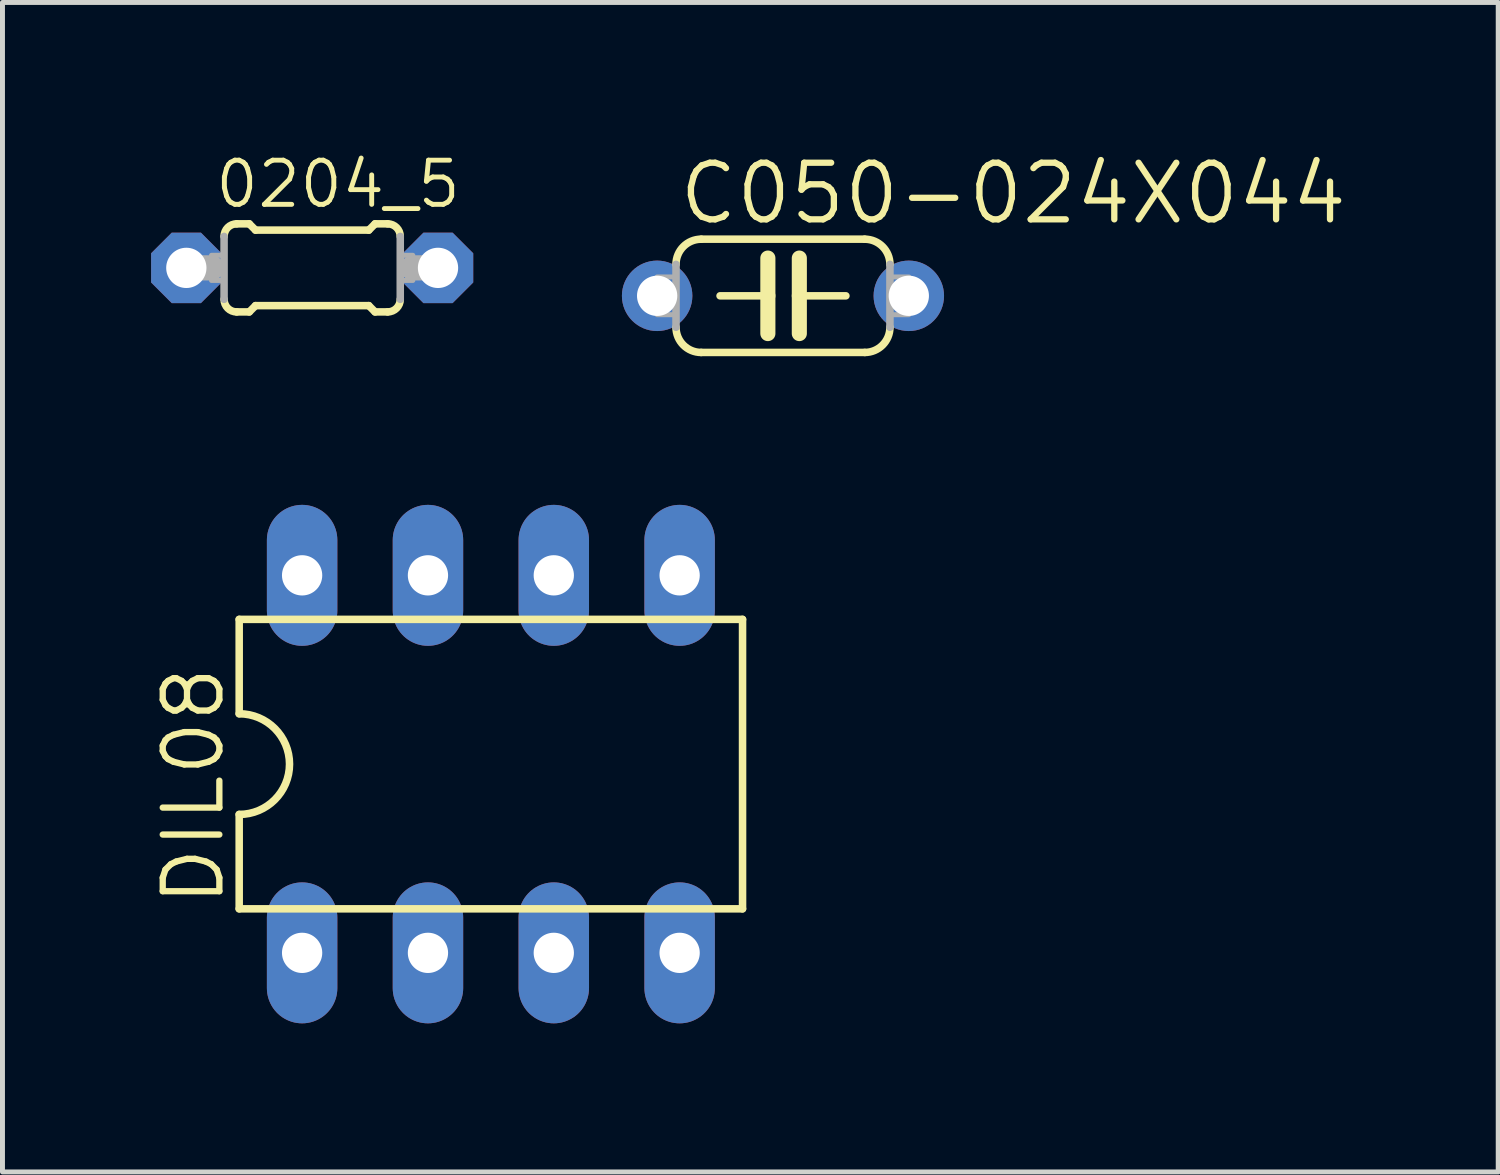
<source format=kicad_pcb>
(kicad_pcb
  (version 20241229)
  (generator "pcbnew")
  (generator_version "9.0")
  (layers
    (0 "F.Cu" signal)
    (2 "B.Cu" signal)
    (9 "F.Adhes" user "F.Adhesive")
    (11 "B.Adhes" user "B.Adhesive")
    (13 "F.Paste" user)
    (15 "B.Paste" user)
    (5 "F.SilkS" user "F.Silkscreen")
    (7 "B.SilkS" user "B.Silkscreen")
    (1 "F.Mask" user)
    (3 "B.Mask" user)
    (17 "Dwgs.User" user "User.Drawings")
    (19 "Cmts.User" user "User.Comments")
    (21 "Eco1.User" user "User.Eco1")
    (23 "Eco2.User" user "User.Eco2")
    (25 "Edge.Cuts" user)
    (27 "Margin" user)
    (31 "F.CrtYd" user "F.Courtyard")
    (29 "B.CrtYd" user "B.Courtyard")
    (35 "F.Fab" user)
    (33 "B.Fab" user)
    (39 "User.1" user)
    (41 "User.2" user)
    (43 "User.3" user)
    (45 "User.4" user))
  (footprint "C050-024X044"
    (layer "F.Cu")
    (at 12.754 2.921)
    (property "Reference" "C050-024X044" (at -2.159 -1.397 0) (layer "F.SilkS") (effects (font (size 1.143 1.143) (thickness 0.127)) (justify left bottom)))
    (fp_line (start -1.27 0) (end -0.305 0) (stroke (width 0.152) (type solid)) (layer "F.SilkS"))
    (fp_line (start -0.305 -0.762) (end -0.305 0) (stroke (width 0.305) (type solid)) (layer "F.SilkS"))
    (fp_line (start -0.305 0) (end -0.305 0.762) (stroke (width 0.305) (type solid)) (layer "F.SilkS"))
    (fp_line (start 0.33 -0.762) (end 0.33 0) (stroke (width 0.305) (type solid)) (layer "F.SilkS"))
    (fp_line (start 0.33 0) (end 0.33 0.762) (stroke (width 0.305) (type solid)) (layer "F.SilkS"))
    (fp_line (start 1.27 0) (end 0.33 0) (stroke (width 0.152) (type solid)) (layer "F.SilkS"))
    (fp_line (start 1.651 -1.143) (end -1.651 -1.143) (stroke (width 0.152) (type solid)) (layer "F.SilkS"))
    (fp_line (start 1.651 1.143) (end -1.651 1.143) (stroke (width 0.152) (type solid)) (layer "F.SilkS"))
    (fp_arc (start -2.159 -0.635) (mid -2.01021 -0.99421) (end -1.651 -1.143) (stroke (width 0.1524) (type solid)) (layer "F.SilkS"))
    (fp_arc (start -1.651 1.143) (mid -2.01021 0.99421) (end -2.159 0.635) (stroke (width 0.1524) (type solid)) (layer "F.SilkS"))
    (fp_arc (start 1.651 -1.143) (mid 2.01021 -0.99421) (end 2.159 -0.635) (stroke (width 0.1524) (type solid)) (layer "F.SilkS"))
    (fp_arc (start 2.159 0.635) (mid 2.01021 0.99421) (end 1.651 1.143) (stroke (width 0.1524) (type solid)) (layer "F.SilkS"))
    (fp_line (start -2.159 0.635) (end -2.159 -0.635) (stroke (width 0.152) (type solid)) (layer "F.Fab"))
    (fp_line (start 2.159 0.635) (end 2.159 -0.635) (stroke (width 0.152) (type solid)) (layer "F.Fab"))
    (fp_poly (pts (xy -2.54 0.381) (xy -2.159 0.381) (xy -2.159 -0.381) (xy -2.54 -0.381)) (stroke (width 0.1) (type default)) (fill no) (layer "F.Fab"))
    (fp_poly (pts (xy 2.159 0.381) (xy 2.54 0.381) (xy 2.54 -0.381) (xy 2.159 -0.381)) (stroke (width 0.1) (type default)) (fill no) (layer "F.Fab"))
    (pad "1" thru_hole circle (at -2.54 0) (size 1.422 1.422) (drill 0.813) (layers "*.Cu" "*.Mask"))
    (pad "2" thru_hole circle (at 2.54 0) (size 1.422 1.422) (drill 0.813) (layers "*.Cu" "*.Mask")))
  (footprint "0204_5"
    (layer "F.Cu")
    (at 3.251 2.357)
    (property "Reference" "0204_5" (at -2.007 -1.168 0) (layer "F.SilkS") (effects (font (size 0.892 0.892) (thickness 0.099)) (justify left bottom)))
    (fp_line (start -1.524 -0.889) (end -1.27 -0.889) (stroke (width 0.152) (type solid)) (layer "F.SilkS"))
    (fp_line (start -1.524 0.889) (end -1.27 0.889) (stroke (width 0.152) (type solid)) (layer "F.SilkS"))
    (fp_line (start -1.143 -0.762) (end -1.27 -0.889) (stroke (width 0.152) (type solid)) (layer "F.SilkS"))
    (fp_line (start -1.143 0.762) (end -1.27 0.889) (stroke (width 0.152) (type solid)) (layer "F.SilkS"))
    (fp_line (start 1.143 -0.762) (end -1.143 -0.762) (stroke (width 0.152) (type solid)) (layer "F.SilkS"))
    (fp_line (start 1.143 -0.762) (end 1.27 -0.889) (stroke (width 0.152) (type solid)) (layer "F.SilkS"))
    (fp_line (start 1.143 0.762) (end -1.143 0.762) (stroke (width 0.152) (type solid)) (layer "F.SilkS"))
    (fp_line (start 1.143 0.762) (end 1.27 0.889) (stroke (width 0.152) (type solid)) (layer "F.SilkS"))
    (fp_line (start 1.524 -0.889) (end 1.27 -0.889) (stroke (width 0.152) (type solid)) (layer "F.SilkS"))
    (fp_line (start 1.524 0.889) (end 1.27 0.889) (stroke (width 0.152) (type solid)) (layer "F.SilkS"))
    (fp_arc (start -1.778 -0.635) (mid -1.703605 -0.814605) (end -1.524 -0.889) (stroke (width 0.1524) (type solid)) (layer "F.SilkS"))
    (fp_arc (start -1.524 0.889) (mid -1.703605 0.814605) (end -1.778 0.635) (stroke (width 0.1524) (type solid)) (layer "F.SilkS"))
    (fp_arc (start 1.524 -0.889) (mid 1.703605 -0.814605) (end 1.778 -0.635) (stroke (width 0.1524) (type solid)) (layer "F.SilkS"))
    (fp_arc (start 1.778 0.635) (mid 1.703605 0.814605) (end 1.524 0.889) (stroke (width 0.1524) (type solid)) (layer "F.SilkS"))
    (fp_line (start -2.54 0) (end -2.032 0) (stroke (width 0.508) (type solid)) (layer "F.Fab"))
    (fp_line (start -1.778 0.635) (end -1.778 -0.635) (stroke (width 0.152) (type solid)) (layer "F.Fab"))
    (fp_line (start 1.778 0.635) (end 1.778 -0.635) (stroke (width 0.152) (type solid)) (layer "F.Fab"))
    (fp_line (start 2.54 0) (end 2.032 0) (stroke (width 0.508) (type solid)) (layer "F.Fab"))
    (fp_poly (pts (xy -2.032 0.254) (xy -1.778 0.254) (xy -1.778 -0.254) (xy -2.032 -0.254)) (stroke (width 0.1) (type default)) (fill no) (layer "F.Fab"))
    (fp_poly (pts (xy 1.778 0.254) (xy 2.032 0.254) (xy 2.032 -0.254) (xy 1.778 -0.254)) (stroke (width 0.1) (type default)) (fill no) (layer "F.Fab"))
    (pad "1" thru_hole roundrect (at -2.54 0) (size 1.422 1.422) (drill 0.813) (layers "*.Cu" "*.Mask") (roundrect_rratio 0.25) (chamfer_ratio 0.293) (chamfer top_left top_right bottom_left bottom_right))
    (pad "2" thru_hole roundrect (at 2.54 0) (size 1.422 1.422) (drill 0.813) (layers "*.Cu" "*.Mask") (roundrect_rratio 0.25) (chamfer_ratio 0.293) (chamfer top_left top_right bottom_left bottom_right)))
  (footprint "DIL08"
    (layer "F.Cu")
    (at 6.858 12.373)
    (property "Reference" "DIL08" (at -5.334 2.921 90) (layer "F.SilkS") (effects (font (size 1.143 1.143) (thickness 0.127)) (justify left bottom)))
    (fp_line (start -5.08 -2.921) (end -5.08 -1.016) (stroke (width 0.152) (type solid)) (layer "F.SilkS"))
    (fp_line (start -5.08 2.921) (end -5.08 1.016) (stroke (width 0.152) (type solid)) (layer "F.SilkS"))
    (fp_line (start -5.08 2.921) (end 5.08 2.921) (stroke (width 0.152) (type solid)) (layer "F.SilkS"))
    (fp_line (start 5.08 -2.921) (end -5.08 -2.921) (stroke (width 0.152) (type solid)) (layer "F.SilkS"))
    (fp_line (start 5.08 -2.921) (end 5.08 2.921) (stroke (width 0.152) (type solid)) (layer "F.SilkS"))
    (fp_arc (start -5.08 -1.016) (mid -4.064 0) (end -5.08 1.016) (stroke (width 0.1524) (type solid)) (layer "F.SilkS"))
    (pad "1" thru_hole oval (at -3.81 3.81 90) (size 2.845 1.422) (drill 0.813) (layers "*.Cu" "*.Mask"))
    (pad "2" thru_hole oval (at -1.27 3.81 90) (size 2.845 1.422) (drill 0.813) (layers "*.Cu" "*.Mask"))
    (pad "3" thru_hole oval (at 1.27 3.81 90) (size 2.845 1.422) (drill 0.813) (layers "*.Cu" "*.Mask"))
    (pad "4" thru_hole oval (at 3.81 3.81 90) (size 2.845 1.422) (drill 0.813) (layers "*.Cu" "*.Mask"))
    (pad "5" thru_hole oval (at 3.81 -3.81 90) (size 2.845 1.422) (drill 0.813) (layers "*.Cu" "*.Mask"))
    (pad "6" thru_hole oval (at 1.27 -3.81 90) (size 2.845 1.422) (drill 0.813) (layers "*.Cu" "*.Mask"))
    (pad "7" thru_hole oval (at -1.27 -3.81 90) (size 2.845 1.422) (drill 0.813) (layers "*.Cu" "*.Mask"))
    (pad "8" thru_hole oval (at -3.81 -3.81 90) (size 2.845 1.422) (drill 0.813) (layers "*.Cu" "*.Mask")))
  (gr_rect
    (start -3 -3)
    (end 27.191 20.605)
    (stroke (width 0.1) (type default))
    (fill no)
    (layer "Edge.Cuts")))
</source>
